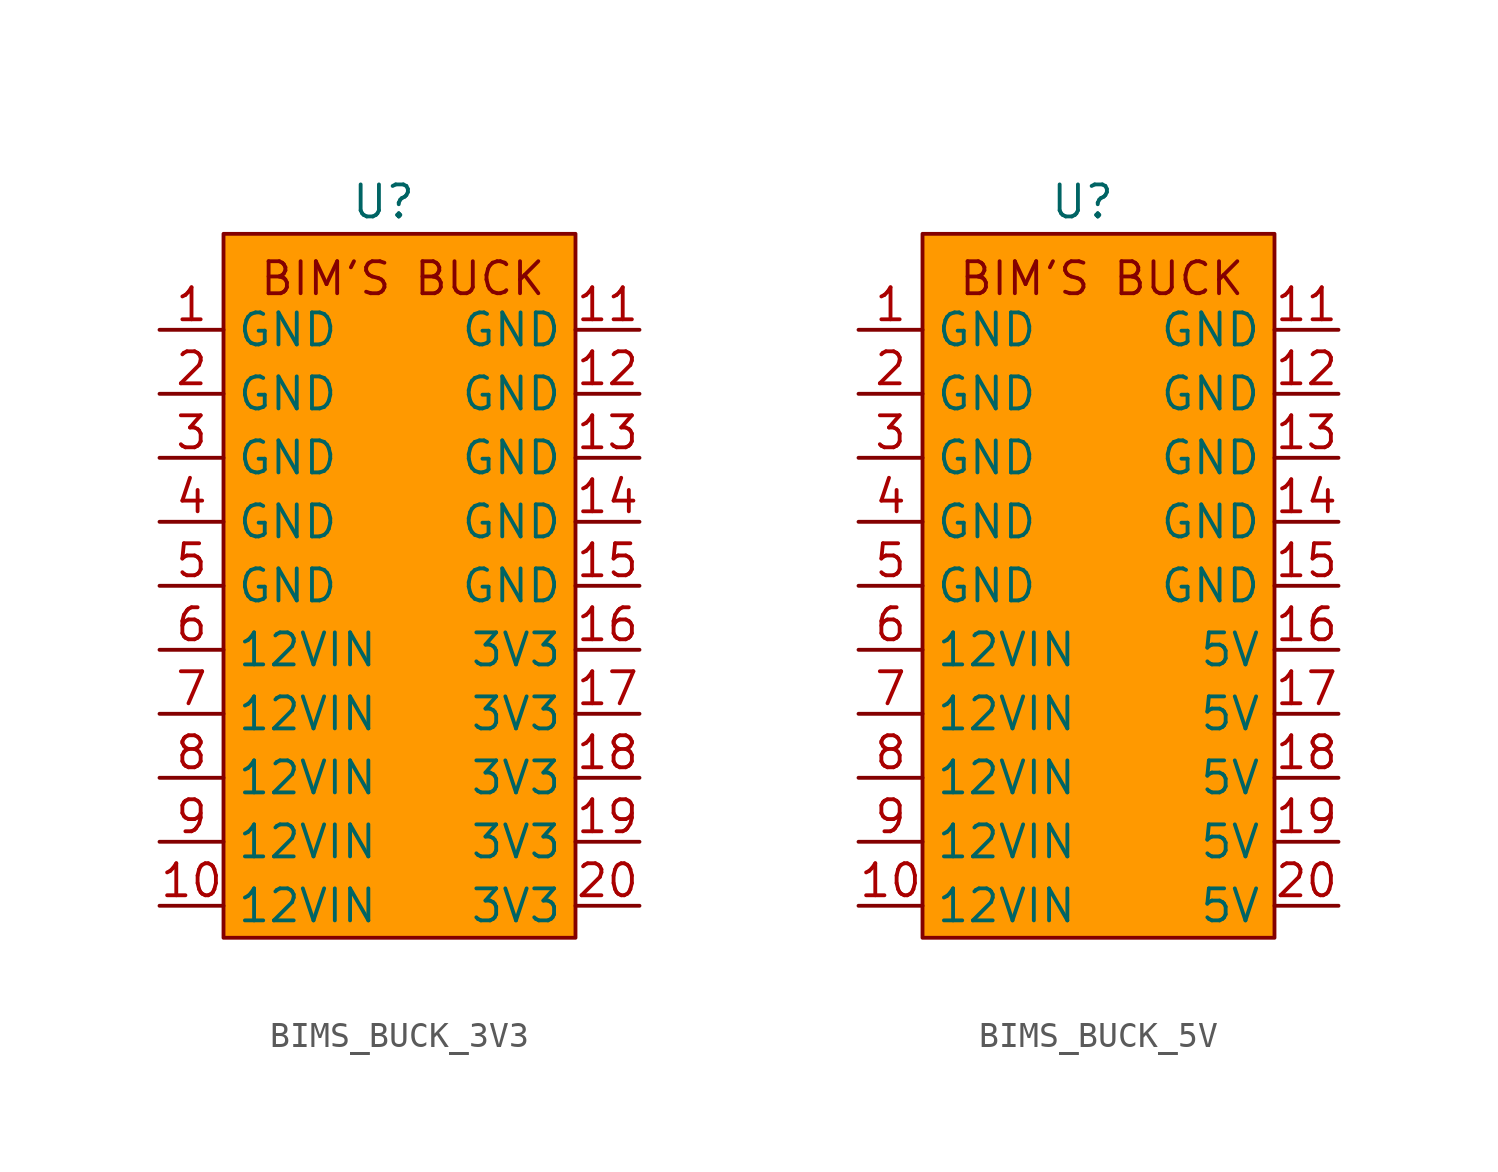
<source format=kicad_sym>
(kicad_symbol_lib
  (version 20241209)
  (generator "kicad_symbol_editor")
  (generator_version "9.0")
  (symbol "BIMS_BUCK_3V3"
    (property "Reference" "U"
      (at 0 0 0)
      (effects (font (size 1.27 1.27))))
    (property "Value" ""
      (at 0 0 0)
      (effects (font (size 1.27 1.27))))
    (symbol "BIMS_BUCK_3V3_1_1"
      (rectangle (start -6.35 -1.27) (end 7.62 -29.21) (stroke (width 0) (type solid)) (fill (type color) (color 255 153 0 1)))
      (text "BIM'S BUCK\n" (at 0.762 -3.048 0) (effects (font (size 1.27 1.27))))
      (pin power_in line (at -8.89 -5.08 0) (length 2.54) (name "GND" (effects (font (size 1.27 1.27)))) (number "1" (effects (font (size 1.27 1.27)))))
      (pin power_in line (at -8.89 -7.62 0) (length 2.54) (name "GND" (effects (font (size 1.27 1.27)))) (number "2" (effects (font (size 1.27 1.27)))))
      (pin power_in line (at -8.89 -10.16 0) (length 2.54) (name "GND" (effects (font (size 1.27 1.27)))) (number "3" (effects (font (size 1.27 1.27)))))
      (pin power_in line (at -8.89 -12.7 0) (length 2.54) (name "GND" (effects (font (size 1.27 1.27)))) (number "4" (effects (font (size 1.27 1.27)))))
      (pin power_in line (at -8.89 -15.24 0) (length 2.54) (name "GND" (effects (font (size 1.27 1.27)))) (number "5" (effects (font (size 1.27 1.27)))))
      (pin power_in line (at -8.89 -17.78 0) (length 2.54) (name "12VIN" (effects (font (size 1.27 1.27)))) (number "6" (effects (font (size 1.27 1.27)))))
      (pin power_in line (at -8.89 -20.32 0) (length 2.54) (name "12VIN" (effects (font (size 1.27 1.27)))) (number "7" (effects (font (size 1.27 1.27)))))
      (pin power_in line (at -8.89 -22.86 0) (length 2.54) (name "12VIN" (effects (font (size 1.27 1.27)))) (number "8" (effects (font (size 1.27 1.27)))))
      (pin power_in line (at -8.89 -25.4 0) (length 2.54) (name "12VIN" (effects (font (size 1.27 1.27)))) (number "9" (effects (font (size 1.27 1.27)))))
      (pin power_in line (at -8.89 -27.94 0) (length 2.54) (name "12VIN" (effects (font (size 1.27 1.27)))) (number "10" (effects (font (size 1.27 1.27)))))
      (pin power_in line (at 10.16 -5.08 180) (length 2.54) (name "GND" (effects (font (size 1.27 1.27)))) (number "11" (effects (font (size 1.27 1.27)))))
      (pin power_in line (at 10.16 -7.62 180) (length 2.54) (name "GND" (effects (font (size 1.27 1.27)))) (number "12" (effects (font (size 1.27 1.27)))))
      (pin power_in line (at 10.16 -10.16 180) (length 2.54) (name "GND" (effects (font (size 1.27 1.27)))) (number "13" (effects (font (size 1.27 1.27)))))
      (pin power_in line (at 10.16 -12.7 180) (length 2.54) (name "GND" (effects (font (size 1.27 1.27)))) (number "14" (effects (font (size 1.27 1.27)))))
      (pin power_in line (at 10.16 -15.24 180) (length 2.54) (name "GND" (effects (font (size 1.27 1.27)))) (number "15" (effects (font (size 1.27 1.27)))))
      (pin power_in line (at 10.16 -17.78 180) (length 2.54) (name "3V3" (effects (font (size 1.27 1.27)))) (number "16" (effects (font (size 1.27 1.27)))))
      (pin power_in line (at 10.16 -20.32 180) (length 2.54) (name "3V3" (effects (font (size 1.27 1.27)))) (number "17" (effects (font (size 1.27 1.27)))))
      (pin power_in line (at 10.16 -22.86 180) (length 2.54) (name "3V3" (effects (font (size 1.27 1.27)))) (number "18" (effects (font (size 1.27 1.27)))))
      (pin power_in line (at 10.16 -25.4 180) (length 2.54) (name "3V3" (effects (font (size 1.27 1.27)))) (number "19" (effects (font (size 1.27 1.27)))))
      (pin power_in line (at 10.16 -27.94 180) (length 2.54) (name "3V3" (effects (font (size 1.27 1.27)))) (number "20" (effects (font (size 1.27 1.27)))))))
  (symbol "BIMS_BUCK_5V"
    (property "Reference" "U"
      (at 0 0 0)
      (effects (font (size 1.27 1.27))))
    (property "Value" ""
      (at 0 0 0)
      (effects (font (size 1.27 1.27))))
    (symbol "BIMS_BUCK_5V_1_1"
      (rectangle (start -6.35 -1.27) (end 7.62 -29.21) (stroke (width 0) (type solid)) (fill (type color) (color 255 153 0 1)))
      (text "BIM'S BUCK\n" (at 0.762 -3.048 0) (effects (font (size 1.27 1.27))))
      (pin power_in line (at -8.89 -5.08 0) (length 2.54) (name "GND" (effects (font (size 1.27 1.27)))) (number "1" (effects (font (size 1.27 1.27)))))
      (pin power_in line (at -8.89 -7.62 0) (length 2.54) (name "GND" (effects (font (size 1.27 1.27)))) (number "2" (effects (font (size 1.27 1.27)))))
      (pin power_in line (at -8.89 -10.16 0) (length 2.54) (name "GND" (effects (font (size 1.27 1.27)))) (number "3" (effects (font (size 1.27 1.27)))))
      (pin power_in line (at -8.89 -12.7 0) (length 2.54) (name "GND" (effects (font (size 1.27 1.27)))) (number "4" (effects (font (size 1.27 1.27)))))
      (pin power_in line (at -8.89 -15.24 0) (length 2.54) (name "GND" (effects (font (size 1.27 1.27)))) (number "5" (effects (font (size 1.27 1.27)))))
      (pin power_in line (at -8.89 -17.78 0) (length 2.54) (name "12VIN" (effects (font (size 1.27 1.27)))) (number "6" (effects (font (size 1.27 1.27)))))
      (pin power_in line (at -8.89 -20.32 0) (length 2.54) (name "12VIN" (effects (font (size 1.27 1.27)))) (number "7" (effects (font (size 1.27 1.27)))))
      (pin power_in line (at -8.89 -22.86 0) (length 2.54) (name "12VIN" (effects (font (size 1.27 1.27)))) (number "8" (effects (font (size 1.27 1.27)))))
      (pin power_in line (at -8.89 -25.4 0) (length 2.54) (name "12VIN" (effects (font (size 1.27 1.27)))) (number "9" (effects (font (size 1.27 1.27)))))
      (pin power_in line (at -8.89 -27.94 0) (length 2.54) (name "12VIN" (effects (font (size 1.27 1.27)))) (number "10" (effects (font (size 1.27 1.27)))))
      (pin power_in line (at 10.16 -5.08 180) (length 2.54) (name "GND" (effects (font (size 1.27 1.27)))) (number "11" (effects (font (size 1.27 1.27)))))
      (pin power_in line (at 10.16 -7.62 180) (length 2.54) (name "GND" (effects (font (size 1.27 1.27)))) (number "12" (effects (font (size 1.27 1.27)))))
      (pin power_in line (at 10.16 -10.16 180) (length 2.54) (name "GND" (effects (font (size 1.27 1.27)))) (number "13" (effects (font (size 1.27 1.27)))))
      (pin power_in line (at 10.16 -12.7 180) (length 2.54) (name "GND" (effects (font (size 1.27 1.27)))) (number "14" (effects (font (size 1.27 1.27)))))
      (pin power_in line (at 10.16 -15.24 180) (length 2.54) (name "GND" (effects (font (size 1.27 1.27)))) (number "15" (effects (font (size 1.27 1.27)))))
      (pin power_in line (at 10.16 -17.78 180) (length 2.54) (name "5V" (effects (font (size 1.27 1.27)))) (number "16" (effects (font (size 1.27 1.27)))))
      (pin power_in line (at 10.16 -20.32 180) (length 2.54) (name "5V" (effects (font (size 1.27 1.27)))) (number "17" (effects (font (size 1.27 1.27)))))
      (pin power_in line (at 10.16 -22.86 180) (length 2.54) (name "5V" (effects (font (size 1.27 1.27)))) (number "18" (effects (font (size 1.27 1.27)))))
      (pin power_in line (at 10.16 -25.4 180) (length 2.54) (name "5V" (effects (font (size 1.27 1.27)))) (number "19" (effects (font (size 1.27 1.27)))))
      (pin power_in line (at 10.16 -27.94 180) (length 2.54) (name "5V" (effects (font (size 1.27 1.27)))) (number "20" (effects (font (size 1.27 1.27))))))))
</source>
